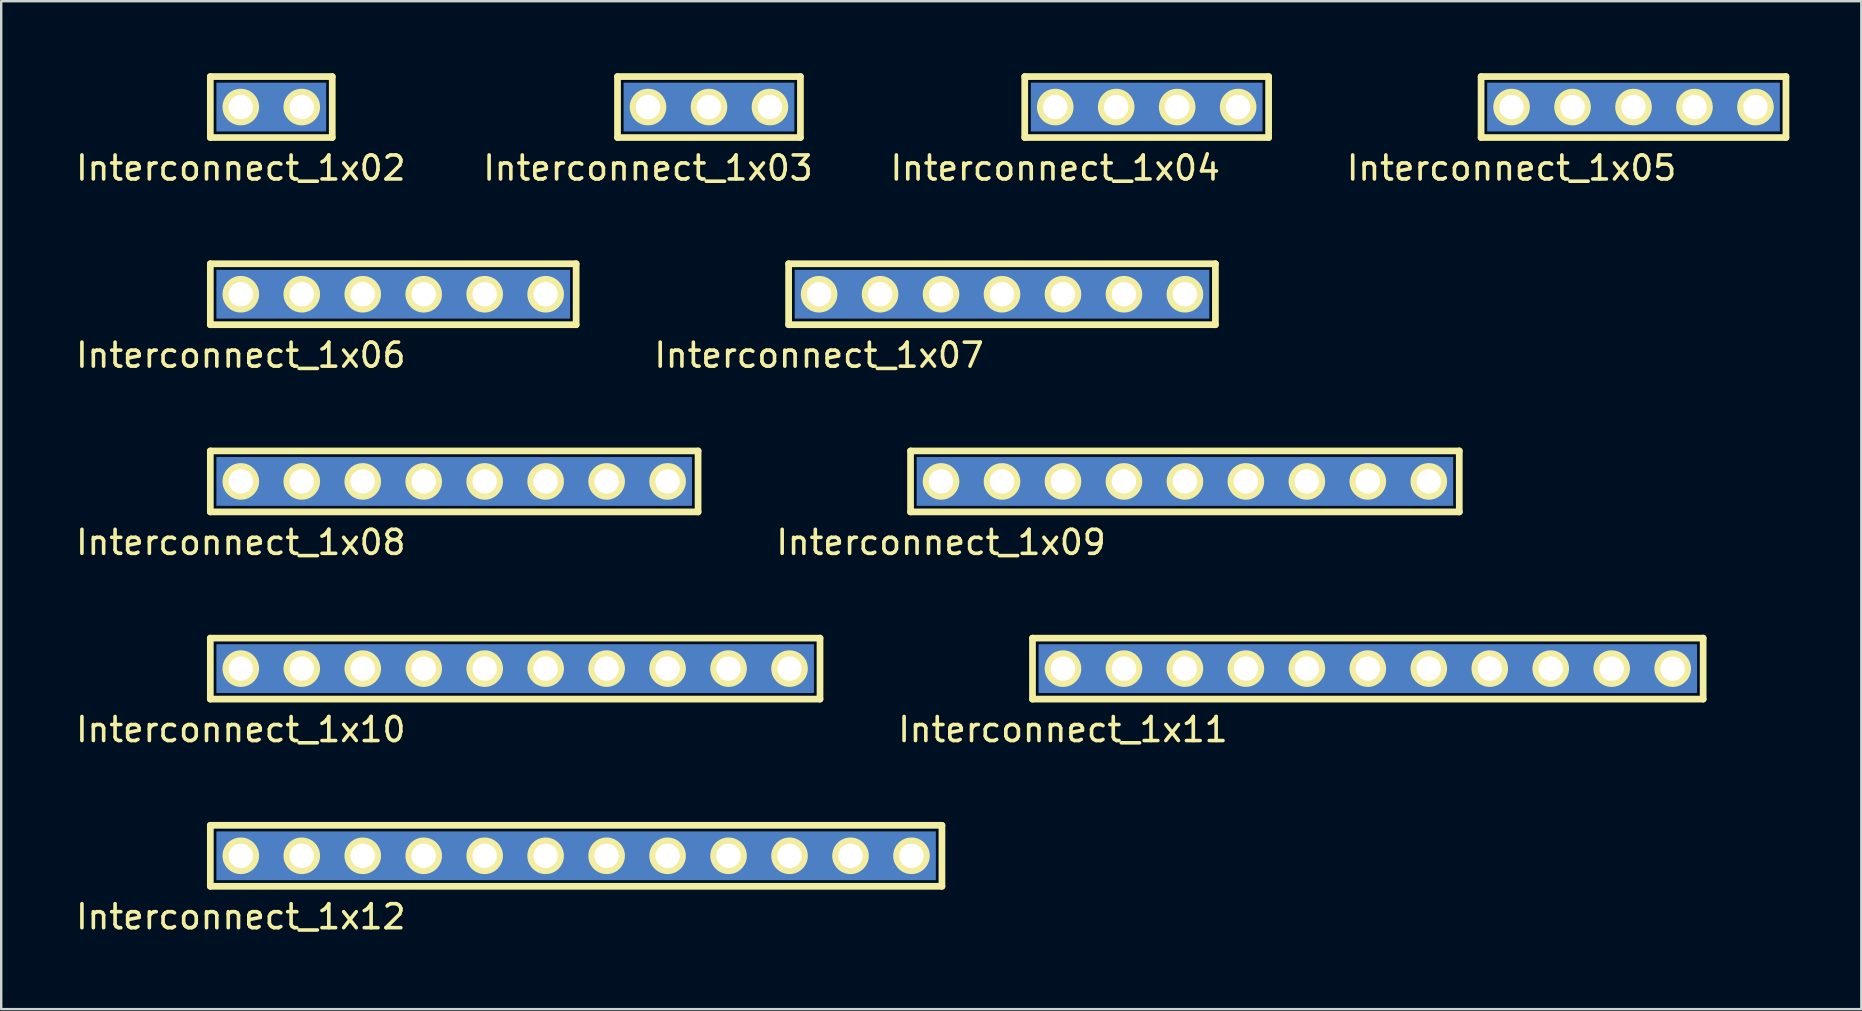
<source format=kicad_pcb>
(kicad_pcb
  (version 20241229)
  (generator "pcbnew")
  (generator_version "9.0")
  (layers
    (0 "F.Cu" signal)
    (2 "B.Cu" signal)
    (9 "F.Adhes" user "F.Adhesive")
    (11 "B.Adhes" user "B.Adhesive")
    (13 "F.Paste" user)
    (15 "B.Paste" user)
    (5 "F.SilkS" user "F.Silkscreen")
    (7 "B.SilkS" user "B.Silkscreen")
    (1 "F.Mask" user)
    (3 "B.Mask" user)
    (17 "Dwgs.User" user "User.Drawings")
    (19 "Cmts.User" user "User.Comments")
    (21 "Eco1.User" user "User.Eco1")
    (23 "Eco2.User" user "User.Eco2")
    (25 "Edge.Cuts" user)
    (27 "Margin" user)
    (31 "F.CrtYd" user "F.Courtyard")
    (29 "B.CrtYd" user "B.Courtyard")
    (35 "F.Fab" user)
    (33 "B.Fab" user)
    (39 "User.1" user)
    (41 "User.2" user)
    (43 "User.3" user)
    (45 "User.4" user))
  (footprint "Interconnect_1x12"
    (layer "F.Cu")
    (at 6.982 32.603)
    (property "Reference" "Interconnect_1x12" (at 0 2.54 0) (layer "F.SilkS") (effects (font (size 1 1) (thickness 0.15))))
    (attr through_hole)
    (fp_line (start -1.27 -1.27) (end -1.27 1.27) (stroke (width 0.28) (type solid)) (layer "F.SilkS"))
    (fp_line (start -1.27 1.27) (end 29.21 1.27) (stroke (width 0.28) (type solid)) (layer "F.SilkS"))
    (fp_line (start 29.21 -1.27) (end -1.27 -1.27) (stroke (width 0.28) (type solid)) (layer "F.SilkS"))
    (fp_line (start 29.21 1.27) (end 29.21 -1.27) (stroke (width 0.28) (type solid)) (layer "F.SilkS"))
    (pad "1" thru_hole circle (at 0 0) (size 1.524 1.524) (drill 1.016) (layers "*.Cu" "*.Mask" "F.SilkS"))
    (pad "1" thru_hole circle (at 2.54 0) (size 1.524 1.524) (drill 1.016) (layers "*.Cu" "*.Mask" "F.SilkS"))
    (pad "1" thru_hole circle (at 5.08 0) (size 1.524 1.524) (drill 1.016) (layers "*.Cu" "*.Mask" "F.SilkS"))
    (pad "1" thru_hole circle (at 7.62 0) (size 1.524 1.524) (drill 1.016) (layers "*.Cu" "*.Mask" "F.SilkS"))
    (pad "1" thru_hole circle (at 10.16 0) (size 1.524 1.524) (drill 1.016) (layers "*.Cu" "*.Mask" "F.SilkS"))
    (pad "1" thru_hole circle (at 12.7 0) (size 1.524 1.524) (drill 1.016) (layers "*.Cu" "*.Mask" "F.SilkS"))
    (pad "1" smd rect (at 13.97 0) (size 29.972 2.032) (layers "B.Cu" "B.Mask"))
    (pad "1" thru_hole circle (at 15.24 0) (size 1.524 1.524) (drill 1.016) (layers "*.Cu" "*.Mask" "F.SilkS"))
    (pad "1" thru_hole circle (at 17.78 0) (size 1.524 1.524) (drill 1.016) (layers "*.Cu" "*.Mask" "F.SilkS"))
    (pad "1" thru_hole circle (at 20.32 0) (size 1.524 1.524) (drill 1.016) (layers "*.Cu" "*.Mask" "F.SilkS"))
    (pad "1" thru_hole circle (at 22.86 0) (size 1.524 1.524) (drill 1.016) (layers "*.Cu" "*.Mask" "F.SilkS"))
    (pad "1" thru_hole circle (at 25.4 0) (size 1.524 1.524) (drill 1.016) (layers "*.Cu" "*.Mask" "F.SilkS"))
    (pad "1" thru_hole circle (at 27.94 0) (size 1.524 1.524) (drill 1.016) (layers "*.Cu" "*.Mask" "F.SilkS")))
  (footprint "Interconnect_1x06"
    (layer "F.Cu")
    (at 6.982 9.208)
    (property "Reference" "Interconnect_1x06" (at 0 2.54 0) (layer "F.SilkS") (effects (font (size 1 1) (thickness 0.15))))
    (attr through_hole)
    (fp_line (start -1.27 -1.27) (end -1.27 1.27) (stroke (width 0.28) (type solid)) (layer "F.SilkS"))
    (fp_line (start -1.27 1.27) (end 13.97 1.27) (stroke (width 0.28) (type solid)) (layer "F.SilkS"))
    (fp_line (start 13.97 -1.27) (end -1.27 -1.27) (stroke (width 0.28) (type solid)) (layer "F.SilkS"))
    (fp_line (start 13.97 1.27) (end 13.97 -1.27) (stroke (width 0.28) (type solid)) (layer "F.SilkS"))
    (pad "1" thru_hole circle (at 0 0) (size 1.524 1.524) (drill 1.016) (layers "*.Cu" "*.Mask" "F.SilkS"))
    (pad "1" thru_hole circle (at 2.54 0) (size 1.524 1.524) (drill 1.016) (layers "*.Cu" "*.Mask" "F.SilkS"))
    (pad "1" thru_hole circle (at 5.08 0) (size 1.524 1.524) (drill 1.016) (layers "*.Cu" "*.Mask" "F.SilkS"))
    (pad "1" smd rect (at 6.35 0) (size 14.732 2.032) (layers "B.Cu" "B.Mask"))
    (pad "1" thru_hole circle (at 7.62 0) (size 1.524 1.524) (drill 1.016) (layers "*.Cu" "*.Mask" "F.SilkS"))
    (pad "1" thru_hole circle (at 10.16 0) (size 1.524 1.524) (drill 1.016) (layers "*.Cu" "*.Mask" "F.SilkS"))
    (pad "1" thru_hole circle (at 12.7 0) (size 1.524 1.524) (drill 1.016) (layers "*.Cu" "*.Mask" "F.SilkS")))
  (footprint "Interconnect_1x07"
    (layer "F.Cu")
    (at 31.074 9.208)
    (property "Reference" "Interconnect_1x07" (at 0 2.54 0) (layer "F.SilkS") (effects (font (size 1 1) (thickness 0.15))))
    (attr through_hole)
    (fp_line (start -1.27 -1.27) (end -1.27 1.27) (stroke (width 0.28) (type solid)) (layer "F.SilkS"))
    (fp_line (start -1.27 1.27) (end 16.51 1.27) (stroke (width 0.28) (type solid)) (layer "F.SilkS"))
    (fp_line (start 16.51 -1.27) (end -1.27 -1.27) (stroke (width 0.28) (type solid)) (layer "F.SilkS"))
    (fp_line (start 16.51 1.27) (end 16.51 -1.27) (stroke (width 0.28) (type solid)) (layer "F.SilkS"))
    (pad "1" thru_hole circle (at 0 0) (size 1.524 1.524) (drill 1.016) (layers "*.Cu" "*.Mask" "F.SilkS"))
    (pad "1" thru_hole circle (at 2.54 0) (size 1.524 1.524) (drill 1.016) (layers "*.Cu" "*.Mask" "F.SilkS"))
    (pad "1" thru_hole circle (at 5.08 0) (size 1.524 1.524) (drill 1.016) (layers "*.Cu" "*.Mask" "F.SilkS"))
    (pad "1" thru_hole circle (at 7.62 0) (size 1.524 1.524) (drill 1.016) (layers "*.Cu" "*.Mask" "F.SilkS"))
    (pad "1" smd rect (at 7.62 0) (size 17.272 2.032) (layers "B.Cu" "B.Mask"))
    (pad "1" thru_hole circle (at 10.16 0) (size 1.524 1.524) (drill 1.016) (layers "*.Cu" "*.Mask" "F.SilkS"))
    (pad "1" thru_hole circle (at 12.7 0) (size 1.524 1.524) (drill 1.016) (layers "*.Cu" "*.Mask" "F.SilkS"))
    (pad "1" thru_hole circle (at 15.24 0) (size 1.524 1.524) (drill 1.016) (layers "*.Cu" "*.Mask" "F.SilkS")))
  (footprint "Interconnect_1x08"
    (layer "F.Cu")
    (at 6.982 17.006)
    (property "Reference" "Interconnect_1x08" (at 0 2.54 0) (layer "F.SilkS") (effects (font (size 1 1) (thickness 0.15))))
    (attr through_hole)
    (fp_line (start -1.27 -1.27) (end -1.27 1.27) (stroke (width 0.28) (type solid)) (layer "F.SilkS"))
    (fp_line (start -1.27 1.27) (end 19.05 1.27) (stroke (width 0.28) (type solid)) (layer "F.SilkS"))
    (fp_line (start 19.05 -1.27) (end -1.27 -1.27) (stroke (width 0.28) (type solid)) (layer "F.SilkS"))
    (fp_line (start 19.05 1.27) (end 19.05 -1.27) (stroke (width 0.28) (type solid)) (layer "F.SilkS"))
    (pad "1" thru_hole circle (at 0 0) (size 1.524 1.524) (drill 1.016) (layers "*.Cu" "*.Mask" "F.SilkS"))
    (pad "1" thru_hole circle (at 2.54 0) (size 1.524 1.524) (drill 1.016) (layers "*.Cu" "*.Mask" "F.SilkS"))
    (pad "1" thru_hole circle (at 5.08 0) (size 1.524 1.524) (drill 1.016) (layers "*.Cu" "*.Mask" "F.SilkS"))
    (pad "1" thru_hole circle (at 7.62 0) (size 1.524 1.524) (drill 1.016) (layers "*.Cu" "*.Mask" "F.SilkS"))
    (pad "1" smd rect (at 8.89 0) (size 19.812 2.032) (layers "B.Cu" "B.Mask"))
    (pad "1" thru_hole circle (at 10.16 0) (size 1.524 1.524) (drill 1.016) (layers "*.Cu" "*.Mask" "F.SilkS"))
    (pad "1" thru_hole circle (at 12.7 0) (size 1.524 1.524) (drill 1.016) (layers "*.Cu" "*.Mask" "F.SilkS"))
    (pad "1" thru_hole circle (at 15.24 0) (size 1.524 1.524) (drill 1.016) (layers "*.Cu" "*.Mask" "F.SilkS"))
    (pad "1" thru_hole circle (at 17.78 0) (size 1.524 1.524) (drill 1.016) (layers "*.Cu" "*.Mask" "F.SilkS")))
  (footprint "Interconnect_1x03"
    (layer "F.Cu")
    (at 23.946 1.41)
    (property "Reference" "Interconnect_1x03" (at 0 2.54 0) (layer "F.SilkS") (effects (font (size 1 1) (thickness 0.15))))
    (attr through_hole)
    (fp_line (start -1.27 -1.27) (end -1.27 1.27) (stroke (width 0.28) (type solid)) (layer "F.SilkS"))
    (fp_line (start -1.27 1.27) (end 6.35 1.27) (stroke (width 0.28) (type solid)) (layer "F.SilkS"))
    (fp_line (start 6.35 -1.27) (end -1.27 -1.27) (stroke (width 0.28) (type solid)) (layer "F.SilkS"))
    (fp_line (start 6.35 1.27) (end 6.35 -1.27) (stroke (width 0.28) (type solid)) (layer "F.SilkS"))
    (pad "1" thru_hole circle (at 0 0) (size 1.524 1.524) (drill 1.016) (layers "*.Cu" "*.Mask" "F.SilkS"))
    (pad "1" thru_hole circle (at 2.54 0) (size 1.524 1.524) (drill 1.016) (layers "*.Cu" "*.Mask" "F.SilkS"))
    (pad "1" smd rect (at 2.54 0) (size 7.112 2.032) (layers "B.Cu" "B.Mask"))
    (pad "1" thru_hole circle (at 5.08 0) (size 1.524 1.524) (drill 1.016) (layers "*.Cu" "*.Mask" "F.SilkS")))
  (footprint "Interconnect_1x04"
    (layer "F.Cu")
    (at 40.911 1.41)
    (property "Reference" "Interconnect_1x04" (at 0 2.54 0) (layer "F.SilkS") (effects (font (size 1 1) (thickness 0.15))))
    (attr through_hole)
    (fp_line (start -1.27 -1.27) (end -1.27 1.27) (stroke (width 0.28) (type solid)) (layer "F.SilkS"))
    (fp_line (start -1.27 1.27) (end 8.89 1.27) (stroke (width 0.28) (type solid)) (layer "F.SilkS"))
    (fp_line (start 8.89 -1.27) (end -1.27 -1.27) (stroke (width 0.28) (type solid)) (layer "F.SilkS"))
    (fp_line (start 8.89 1.27) (end 8.89 -1.27) (stroke (width 0.28) (type solid)) (layer "F.SilkS"))
    (pad "1" thru_hole circle (at 0 0) (size 1.524 1.524) (drill 1.016) (layers "*.Cu" "*.Mask" "F.SilkS"))
    (pad "1" thru_hole circle (at 2.54 0) (size 1.524 1.524) (drill 1.016) (layers "*.Cu" "*.Mask" "F.SilkS"))
    (pad "1" smd rect (at 3.81 0) (size 9.652 2.032) (layers "B.Cu" "B.Mask"))
    (pad "1" thru_hole circle (at 5.08 0) (size 1.524 1.524) (drill 1.016) (layers "*.Cu" "*.Mask" "F.SilkS"))
    (pad "1" thru_hole circle (at 7.62 0) (size 1.524 1.524) (drill 1.016) (layers "*.Cu" "*.Mask" "F.SilkS")))
  (footprint "Interconnect_1x11"
    (layer "F.Cu")
    (at 41.234 24.805)
    (property "Reference" "Interconnect_1x11" (at 0 2.54 0) (layer "F.SilkS") (effects (font (size 1 1) (thickness 0.15))))
    (attr through_hole)
    (fp_line (start -1.27 -1.27) (end -1.27 1.27) (stroke (width 0.28) (type solid)) (layer "F.SilkS"))
    (fp_line (start -1.27 1.27) (end 26.67 1.27) (stroke (width 0.28) (type solid)) (layer "F.SilkS"))
    (fp_line (start 26.67 -1.27) (end -1.27 -1.27) (stroke (width 0.28) (type solid)) (layer "F.SilkS"))
    (fp_line (start 26.67 1.27) (end 26.67 -1.27) (stroke (width 0.28) (type solid)) (layer "F.SilkS"))
    (pad "1" thru_hole circle (at 0 0) (size 1.524 1.524) (drill 1.016) (layers "*.Cu" "*.Mask" "F.SilkS"))
    (pad "1" thru_hole circle (at 2.54 0) (size 1.524 1.524) (drill 1.016) (layers "*.Cu" "*.Mask" "F.SilkS"))
    (pad "1" thru_hole circle (at 5.08 0) (size 1.524 1.524) (drill 1.016) (layers "*.Cu" "*.Mask" "F.SilkS"))
    (pad "1" thru_hole circle (at 7.62 0) (size 1.524 1.524) (drill 1.016) (layers "*.Cu" "*.Mask" "F.SilkS"))
    (pad "1" thru_hole circle (at 10.16 0) (size 1.524 1.524) (drill 1.016) (layers "*.Cu" "*.Mask" "F.SilkS"))
    (pad "1" thru_hole circle (at 12.7 0) (size 1.524 1.524) (drill 1.016) (layers "*.Cu" "*.Mask" "F.SilkS"))
    (pad "1" smd rect (at 12.7 0) (size 27.432 2.032) (layers "B.Cu" "B.Mask"))
    (pad "1" thru_hole circle (at 15.24 0) (size 1.524 1.524) (drill 1.016) (layers "*.Cu" "*.Mask" "F.SilkS"))
    (pad "1" thru_hole circle (at 17.78 0) (size 1.524 1.524) (drill 1.016) (layers "*.Cu" "*.Mask" "F.SilkS"))
    (pad "1" thru_hole circle (at 20.32 0) (size 1.524 1.524) (drill 1.016) (layers "*.Cu" "*.Mask" "F.SilkS"))
    (pad "1" thru_hole circle (at 22.86 0) (size 1.524 1.524) (drill 1.016) (layers "*.Cu" "*.Mask" "F.SilkS"))
    (pad "1" thru_hole circle (at 25.4 0) (size 1.524 1.524) (drill 1.016) (layers "*.Cu" "*.Mask" "F.SilkS")))
  (footprint "Interconnect_1x02"
    (layer "F.Cu")
    (at 6.982 1.41)
    (property "Reference" "Interconnect_1x02" (at 0 2.54 0) (layer "F.SilkS") (effects (font (size 1 1) (thickness 0.15))))
    (attr through_hole)
    (fp_line (start -1.27 -1.27) (end -1.27 1.27) (stroke (width 0.28) (type solid)) (layer "F.SilkS"))
    (fp_line (start -1.27 1.27) (end 3.81 1.27) (stroke (width 0.28) (type solid)) (layer "F.SilkS"))
    (fp_line (start 3.81 -1.27) (end -1.27 -1.27) (stroke (width 0.28) (type solid)) (layer "F.SilkS"))
    (fp_line (start 3.81 1.27) (end 3.81 -1.27) (stroke (width 0.28) (type solid)) (layer "F.SilkS"))
    (pad "1" thru_hole circle (at 0 0) (size 1.524 1.524) (drill 1.016) (layers "*.Cu" "*.Mask" "F.SilkS"))
    (pad "1" smd rect (at 1.27 0) (size 4.572 2.032) (layers "B.Cu" "B.Mask"))
    (pad "1" thru_hole circle (at 2.54 0) (size 1.524 1.524) (drill 1.016) (layers "*.Cu" "*.Mask" "F.SilkS")))
  (footprint "Interconnect_1x09"
    (layer "F.Cu")
    (at 36.154 17.006)
    (property "Reference" "Interconnect_1x09" (at 0 2.54 0) (layer "F.SilkS") (effects (font (size 1 1) (thickness 0.15))))
    (attr through_hole)
    (fp_line (start -1.27 -1.27) (end -1.27 1.27) (stroke (width 0.28) (type solid)) (layer "F.SilkS"))
    (fp_line (start -1.27 1.27) (end 21.59 1.27) (stroke (width 0.28) (type solid)) (layer "F.SilkS"))
    (fp_line (start 21.59 -1.27) (end -1.27 -1.27) (stroke (width 0.28) (type solid)) (layer "F.SilkS"))
    (fp_line (start 21.59 1.27) (end 21.59 -1.27) (stroke (width 0.28) (type solid)) (layer "F.SilkS"))
    (pad "1" thru_hole circle (at 0 0) (size 1.524 1.524) (drill 1.016) (layers "*.Cu" "*.Mask" "F.SilkS"))
    (pad "1" thru_hole circle (at 2.54 0) (size 1.524 1.524) (drill 1.016) (layers "*.Cu" "*.Mask" "F.SilkS"))
    (pad "1" thru_hole circle (at 5.08 0) (size 1.524 1.524) (drill 1.016) (layers "*.Cu" "*.Mask" "F.SilkS"))
    (pad "1" thru_hole circle (at 7.62 0) (size 1.524 1.524) (drill 1.016) (layers "*.Cu" "*.Mask" "F.SilkS"))
    (pad "1" thru_hole circle (at 10.16 0) (size 1.524 1.524) (drill 1.016) (layers "*.Cu" "*.Mask" "F.SilkS"))
    (pad "1" smd rect (at 10.16 0) (size 22.352 2.032) (layers "B.Cu" "B.Mask"))
    (pad "1" thru_hole circle (at 12.7 0) (size 1.524 1.524) (drill 1.016) (layers "*.Cu" "*.Mask" "F.SilkS"))
    (pad "1" thru_hole circle (at 15.24 0) (size 1.524 1.524) (drill 1.016) (layers "*.Cu" "*.Mask" "F.SilkS"))
    (pad "1" thru_hole circle (at 17.78 0) (size 1.524 1.524) (drill 1.016) (layers "*.Cu" "*.Mask" "F.SilkS"))
    (pad "1" thru_hole circle (at 20.32 0) (size 1.524 1.524) (drill 1.016) (layers "*.Cu" "*.Mask" "F.SilkS")))
  (footprint "Interconnect_1x05"
    (layer "F.Cu")
    (at 59.923 1.41)
    (property "Reference" "Interconnect_1x05" (at 0 2.54 0) (layer "F.SilkS") (effects (font (size 1 1) (thickness 0.15))))
    (attr through_hole)
    (fp_line (start -1.27 -1.27) (end -1.27 1.27) (stroke (width 0.28) (type solid)) (layer "F.SilkS"))
    (fp_line (start -1.27 1.27) (end 11.43 1.27) (stroke (width 0.28) (type solid)) (layer "F.SilkS"))
    (fp_line (start 11.43 -1.27) (end -1.27 -1.27) (stroke (width 0.28) (type solid)) (layer "F.SilkS"))
    (fp_line (start 11.43 1.27) (end 11.43 -1.27) (stroke (width 0.28) (type solid)) (layer "F.SilkS"))
    (pad "1" thru_hole circle (at 0 0) (size 1.524 1.524) (drill 1.016) (layers "*.Cu" "*.Mask" "F.SilkS"))
    (pad "1" thru_hole circle (at 2.54 0) (size 1.524 1.524) (drill 1.016) (layers "*.Cu" "*.Mask" "F.SilkS"))
    (pad "1" thru_hole circle (at 5.08 0) (size 1.524 1.524) (drill 1.016) (layers "*.Cu" "*.Mask" "F.SilkS"))
    (pad "1" smd rect (at 5.08 0) (size 12.192 2.032) (layers "B.Cu" "B.Mask"))
    (pad "1" thru_hole circle (at 7.62 0) (size 1.524 1.524) (drill 1.016) (layers "*.Cu" "*.Mask" "F.SilkS"))
    (pad "1" thru_hole circle (at 10.16 0) (size 1.524 1.524) (drill 1.016) (layers "*.Cu" "*.Mask" "F.SilkS")))
  (footprint "Interconnect_1x10"
    (layer "F.Cu")
    (at 6.982 24.805)
    (property "Reference" "Interconnect_1x10" (at 0 2.54 0) (layer "F.SilkS") (effects (font (size 1 1) (thickness 0.15))))
    (attr through_hole)
    (fp_line (start -1.27 -1.27) (end -1.27 1.27) (stroke (width 0.28) (type solid)) (layer "F.SilkS"))
    (fp_line (start -1.27 1.27) (end 24.13 1.27) (stroke (width 0.28) (type solid)) (layer "F.SilkS"))
    (fp_line (start 24.13 -1.27) (end -1.27 -1.27) (stroke (width 0.28) (type solid)) (layer "F.SilkS"))
    (fp_line (start 24.13 1.27) (end 24.13 -1.27) (stroke (width 0.28) (type solid)) (layer "F.SilkS"))
    (pad "1" thru_hole circle (at 0 0) (size 1.524 1.524) (drill 1.016) (layers "*.Cu" "*.Mask" "F.SilkS"))
    (pad "1" thru_hole circle (at 2.54 0) (size 1.524 1.524) (drill 1.016) (layers "*.Cu" "*.Mask" "F.SilkS"))
    (pad "1" thru_hole circle (at 5.08 0) (size 1.524 1.524) (drill 1.016) (layers "*.Cu" "*.Mask" "F.SilkS"))
    (pad "1" thru_hole circle (at 7.62 0) (size 1.524 1.524) (drill 1.016) (layers "*.Cu" "*.Mask" "F.SilkS"))
    (pad "1" thru_hole circle (at 10.16 0) (size 1.524 1.524) (drill 1.016) (layers "*.Cu" "*.Mask" "F.SilkS"))
    (pad "1" smd rect (at 11.43 0) (size 24.892 2.032) (layers "B.Cu" "B.Mask"))
    (pad "1" thru_hole circle (at 12.7 0) (size 1.524 1.524) (drill 1.016) (layers "*.Cu" "*.Mask" "F.SilkS"))
    (pad "1" thru_hole circle (at 15.24 0) (size 1.524 1.524) (drill 1.016) (layers "*.Cu" "*.Mask" "F.SilkS"))
    (pad "1" thru_hole circle (at 17.78 0) (size 1.524 1.524) (drill 1.016) (layers "*.Cu" "*.Mask" "F.SilkS"))
    (pad "1" thru_hole circle (at 20.32 0) (size 1.524 1.524) (drill 1.016) (layers "*.Cu" "*.Mask" "F.SilkS"))
    (pad "1" thru_hole circle (at 22.86 0) (size 1.524 1.524) (drill 1.016) (layers "*.Cu" "*.Mask" "F.SilkS")))
  (gr_rect
    (start -3 -3)
    (end 74.493 38.991)
    (stroke (width 0.1) (type default))
    (fill no)
    (layer "Edge.Cuts")))
</source>
